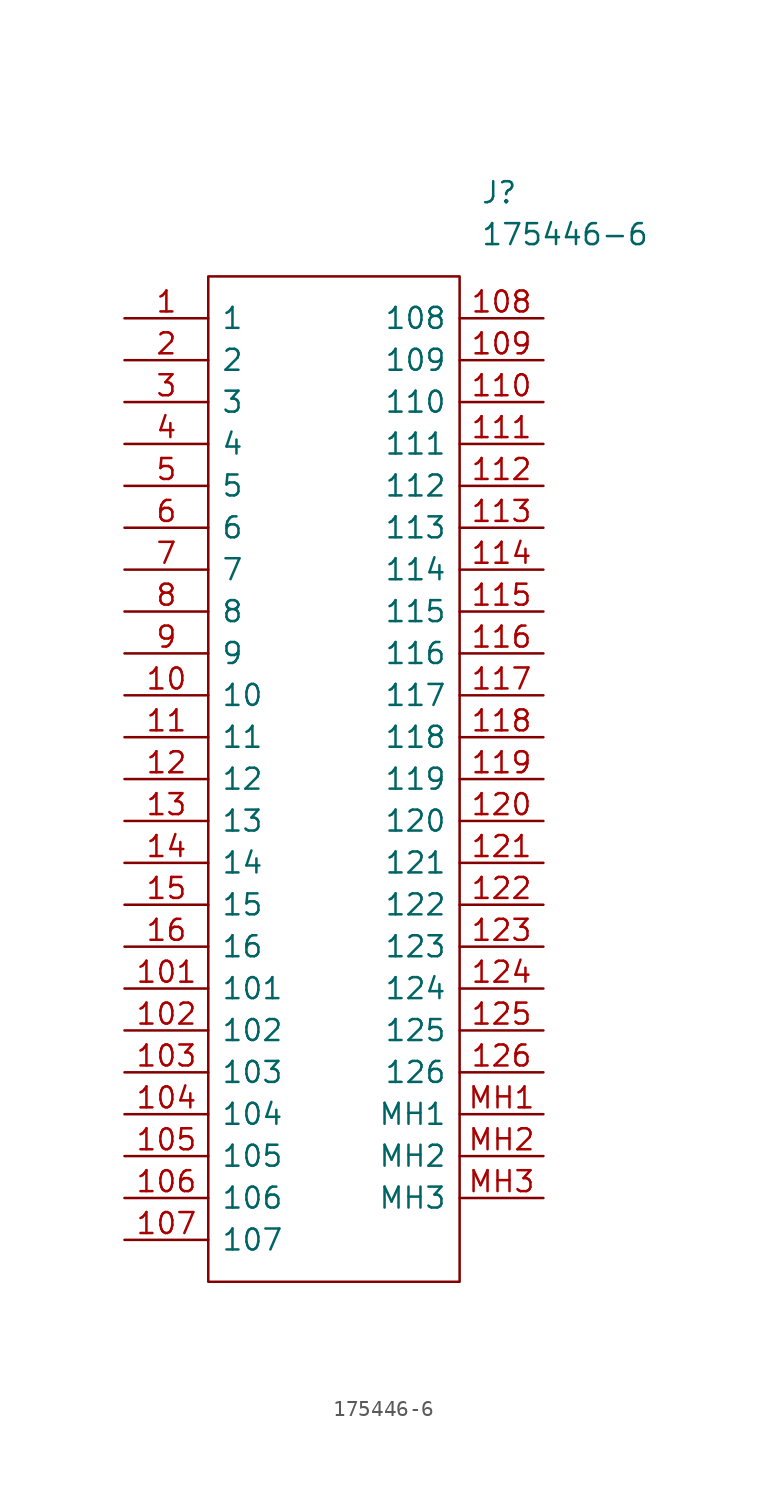
<source format=kicad_sym>
(kicad_symbol_lib
  (version 20220914)
  (generator kicad_symbol_editor)
  (symbol "175446-6"
    (pin_names
      (offset 0.762))
    (property "Reference" "J"
      (at 21.59 7.62 0)
      (effects (font (size 1.27 1.27)) (justify left)))
    (property "Value" "175446-6"
      (at 21.59 5.08 0)
      (effects (font (size 1.27 1.27)) (justify left)))
    (symbol "175446-6_0_0"
      (pin passive line (at 0 0 0) (length 5.08) (name "1" (effects (font (size 1.27 1.27)))) (number "1" (effects (font (size 1.27 1.27)))))
      (pin passive line (at 0 -22.86 0) (length 5.08) (name "10" (effects (font (size 1.27 1.27)))) (number "10" (effects (font (size 1.27 1.27)))))
      (pin passive line (at 0 -40.64 0) (length 5.08) (name "101" (effects (font (size 1.27 1.27)))) (number "101" (effects (font (size 1.27 1.27)))))
      (pin passive line (at 0 -43.18 0) (length 5.08) (name "102" (effects (font (size 1.27 1.27)))) (number "102" (effects (font (size 1.27 1.27)))))
      (pin passive line (at 0 -45.72 0) (length 5.08) (name "103" (effects (font (size 1.27 1.27)))) (number "103" (effects (font (size 1.27 1.27)))))
      (pin passive line (at 0 -48.26 0) (length 5.08) (name "104" (effects (font (size 1.27 1.27)))) (number "104" (effects (font (size 1.27 1.27)))))
      (pin passive line (at 0 -50.8 0) (length 5.08) (name "105" (effects (font (size 1.27 1.27)))) (number "105" (effects (font (size 1.27 1.27)))))
      (pin passive line (at 0 -53.34 0) (length 5.08) (name "106" (effects (font (size 1.27 1.27)))) (number "106" (effects (font (size 1.27 1.27)))))
      (pin passive line (at 0 -55.88 0) (length 5.08) (name "107" (effects (font (size 1.27 1.27)))) (number "107" (effects (font (size 1.27 1.27)))))
      (pin passive line (at 25.4 0 180) (length 5.08) (name "108" (effects (font (size 1.27 1.27)))) (number "108" (effects (font (size 1.27 1.27)))))
      (pin passive line (at 25.4 -2.54 180) (length 5.08) (name "109" (effects (font (size 1.27 1.27)))) (number "109" (effects (font (size 1.27 1.27)))))
      (pin passive line (at 0 -25.4 0) (length 5.08) (name "11" (effects (font (size 1.27 1.27)))) (number "11" (effects (font (size 1.27 1.27)))))
      (pin passive line (at 25.4 -5.08 180) (length 5.08) (name "110" (effects (font (size 1.27 1.27)))) (number "110" (effects (font (size 1.27 1.27)))))
      (pin passive line (at 25.4 -7.62 180) (length 5.08) (name "111" (effects (font (size 1.27 1.27)))) (number "111" (effects (font (size 1.27 1.27)))))
      (pin passive line (at 25.4 -10.16 180) (length 5.08) (name "112" (effects (font (size 1.27 1.27)))) (number "112" (effects (font (size 1.27 1.27)))))
      (pin passive line (at 25.4 -12.7 180) (length 5.08) (name "113" (effects (font (size 1.27 1.27)))) (number "113" (effects (font (size 1.27 1.27)))))
      (pin passive line (at 25.4 -15.24 180) (length 5.08) (name "114" (effects (font (size 1.27 1.27)))) (number "114" (effects (font (size 1.27 1.27)))))
      (pin passive line (at 25.4 -17.78 180) (length 5.08) (name "115" (effects (font (size 1.27 1.27)))) (number "115" (effects (font (size 1.27 1.27)))))
      (pin passive line (at 25.4 -20.32 180) (length 5.08) (name "116" (effects (font (size 1.27 1.27)))) (number "116" (effects (font (size 1.27 1.27)))))
      (pin passive line (at 25.4 -22.86 180) (length 5.08) (name "117" (effects (font (size 1.27 1.27)))) (number "117" (effects (font (size 1.27 1.27)))))
      (pin passive line (at 25.4 -25.4 180) (length 5.08) (name "118" (effects (font (size 1.27 1.27)))) (number "118" (effects (font (size 1.27 1.27)))))
      (pin passive line (at 25.4 -27.94 180) (length 5.08) (name "119" (effects (font (size 1.27 1.27)))) (number "119" (effects (font (size 1.27 1.27)))))
      (pin passive line (at 0 -27.94 0) (length 5.08) (name "12" (effects (font (size 1.27 1.27)))) (number "12" (effects (font (size 1.27 1.27)))))
      (pin passive line (at 25.4 -30.48 180) (length 5.08) (name "120" (effects (font (size 1.27 1.27)))) (number "120" (effects (font (size 1.27 1.27)))))
      (pin passive line (at 25.4 -33.02 180) (length 5.08) (name "121" (effects (font (size 1.27 1.27)))) (number "121" (effects (font (size 1.27 1.27)))))
      (pin passive line (at 25.4 -35.56 180) (length 5.08) (name "122" (effects (font (size 1.27 1.27)))) (number "122" (effects (font (size 1.27 1.27)))))
      (pin passive line (at 25.4 -38.1 180) (length 5.08) (name "123" (effects (font (size 1.27 1.27)))) (number "123" (effects (font (size 1.27 1.27)))))
      (pin passive line (at 25.4 -40.64 180) (length 5.08) (name "124" (effects (font (size 1.27 1.27)))) (number "124" (effects (font (size 1.27 1.27)))))
      (pin passive line (at 25.4 -43.18 180) (length 5.08) (name "125" (effects (font (size 1.27 1.27)))) (number "125" (effects (font (size 1.27 1.27)))))
      (pin passive line (at 25.4 -45.72 180) (length 5.08) (name "126" (effects (font (size 1.27 1.27)))) (number "126" (effects (font (size 1.27 1.27)))))
      (pin passive line (at 0 -30.48 0) (length 5.08) (name "13" (effects (font (size 1.27 1.27)))) (number "13" (effects (font (size 1.27 1.27)))))
      (pin passive line (at 0 -33.02 0) (length 5.08) (name "14" (effects (font (size 1.27 1.27)))) (number "14" (effects (font (size 1.27 1.27)))))
      (pin passive line (at 0 -35.56 0) (length 5.08) (name "15" (effects (font (size 1.27 1.27)))) (number "15" (effects (font (size 1.27 1.27)))))
      (pin passive line (at 0 -38.1 0) (length 5.08) (name "16" (effects (font (size 1.27 1.27)))) (number "16" (effects (font (size 1.27 1.27)))))
      (pin passive line (at 0 -2.54 0) (length 5.08) (name "2" (effects (font (size 1.27 1.27)))) (number "2" (effects (font (size 1.27 1.27)))))
      (pin passive line (at 0 -5.08 0) (length 5.08) (name "3" (effects (font (size 1.27 1.27)))) (number "3" (effects (font (size 1.27 1.27)))))
      (pin passive line (at 0 -7.62 0) (length 5.08) (name "4" (effects (font (size 1.27 1.27)))) (number "4" (effects (font (size 1.27 1.27)))))
      (pin passive line (at 0 -10.16 0) (length 5.08) (name "5" (effects (font (size 1.27 1.27)))) (number "5" (effects (font (size 1.27 1.27)))))
      (pin passive line (at 0 -12.7 0) (length 5.08) (name "6" (effects (font (size 1.27 1.27)))) (number "6" (effects (font (size 1.27 1.27)))))
      (pin passive line (at 0 -15.24 0) (length 5.08) (name "7" (effects (font (size 1.27 1.27)))) (number "7" (effects (font (size 1.27 1.27)))))
      (pin passive line (at 0 -17.78 0) (length 5.08) (name "8" (effects (font (size 1.27 1.27)))) (number "8" (effects (font (size 1.27 1.27)))))
      (pin passive line (at 0 -20.32 0) (length 5.08) (name "9" (effects (font (size 1.27 1.27)))) (number "9" (effects (font (size 1.27 1.27)))))
      (pin passive line (at 25.4 -48.26 180) (length 5.08) (name "MH1" (effects (font (size 1.27 1.27)))) (number "MH1" (effects (font (size 1.27 1.27)))))
      (pin passive line (at 25.4 -50.8 180) (length 5.08) (name "MH2" (effects (font (size 1.27 1.27)))) (number "MH2" (effects (font (size 1.27 1.27)))))
      (pin passive line (at 25.4 -53.34 180) (length 5.08) (name "MH3" (effects (font (size 1.27 1.27)))) (number "MH3" (effects (font (size 1.27 1.27))))))
    (symbol "175446-6_0_1"
      (polyline (pts (xy 5.08 2.54) (xy 20.32 2.54) (xy 20.32 -58.42) (xy 5.08 -58.42) (xy 5.08 2.54)) (stroke (width 0.152) (type solid)) (fill (type none))))))
</source>
